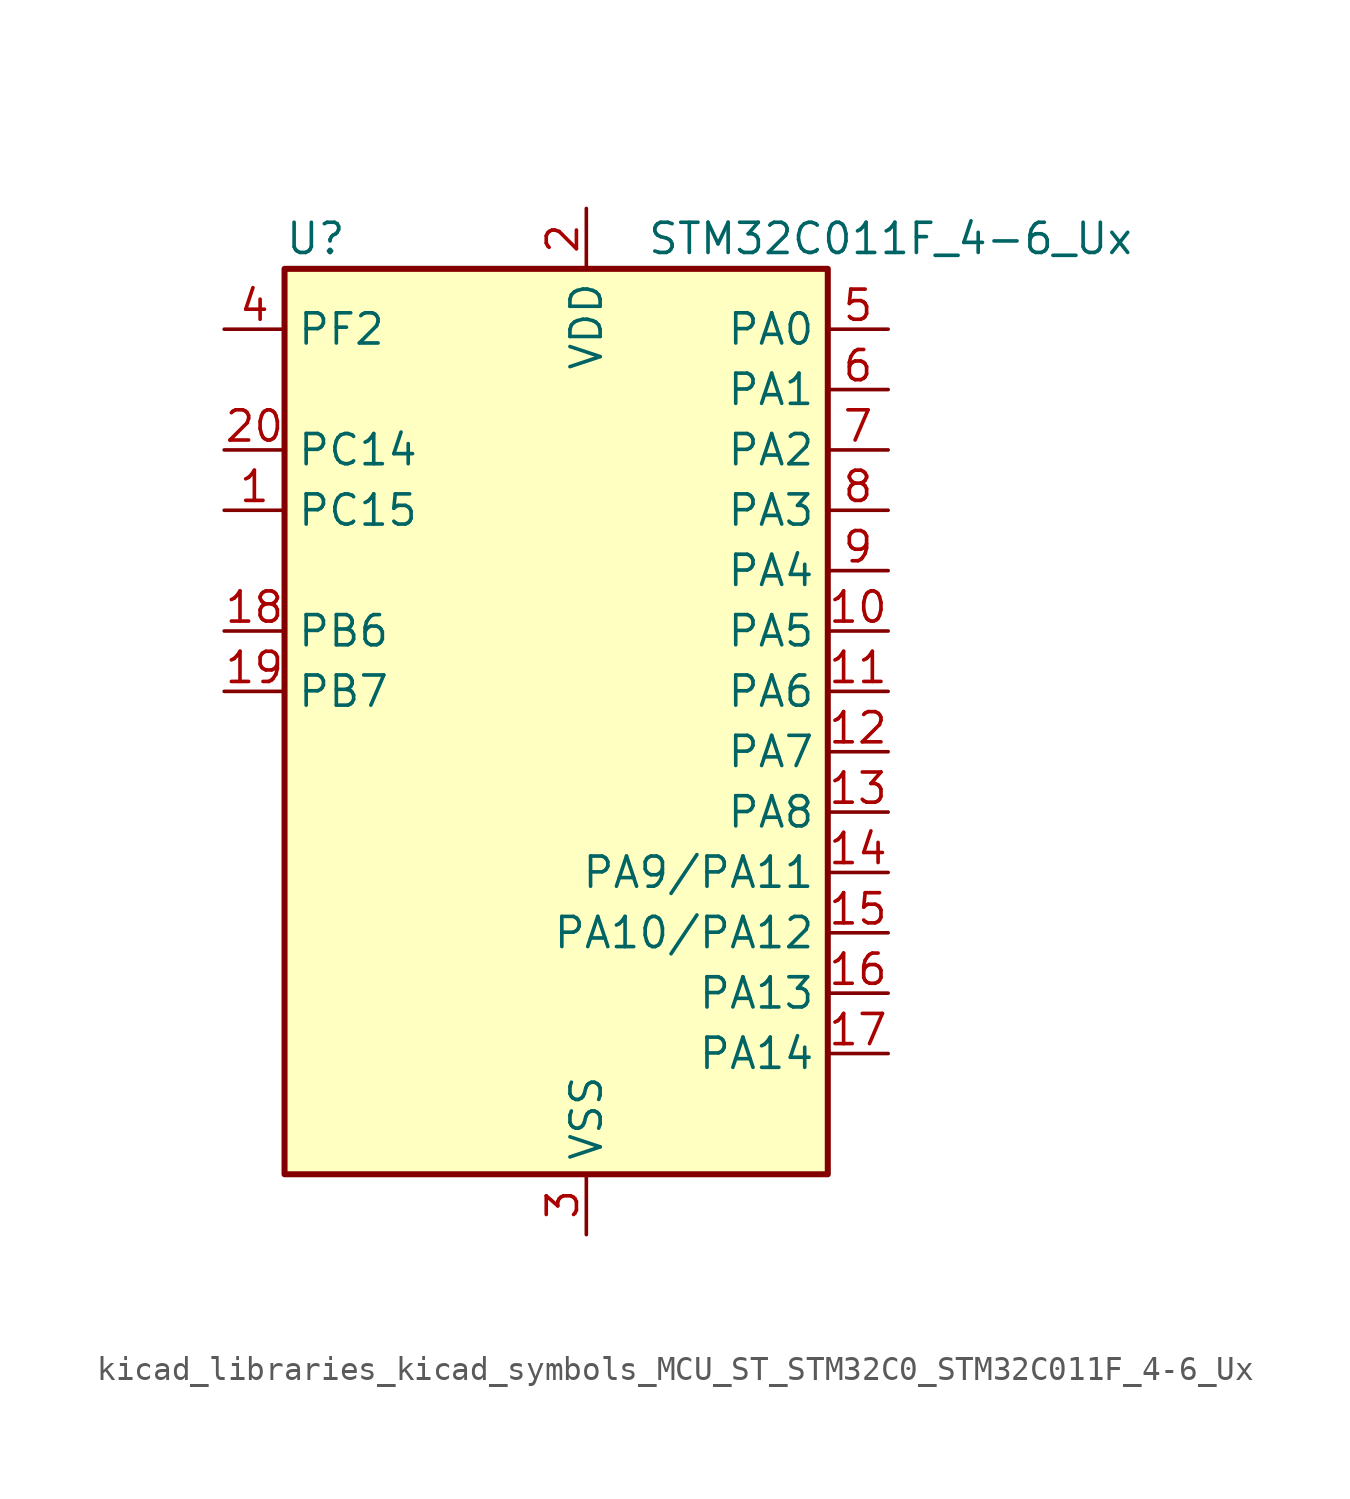
<source format=kicad_sym>
(kicad_symbol_lib
  (version 20220914)
  (generator kicad_symbol_editor)
  (symbol "kicad_libraries_kicad_symbols_MCU_ST_STM32C0_STM32C011F_4-6_Ux"
    (property "Reference" "U"
      (at -10.16 21.59 0)
      (effects (font (size 1.27 1.27)) (justify left)))
    (property "Value" "STM32C011F_4-6_Ux"
      (at 5.08 21.59 0)
      (effects (font (size 1.27 1.27)) (justify left)))
    (property "ki_locked" ""
      (at 0 0 0)
      (effects (font (size 1.27 1.27))))
    (symbol "kicad_libraries_kicad_symbols_MCU_ST_STM32C0_STM32C011F_4-6_Ux_0_1"
      (rectangle (start -10.16 -17.78) (end 12.7 20.32) (stroke (width 0.254) (type default)) (fill (type background))))
    (symbol "kicad_libraries_kicad_symbols_MCU_ST_STM32C0_STM32C011F_4-6_Ux_1_1"
      (pin bidirectional line (at -12.7 10.16 0) (length 2.54) (name "PC15" (effects (font (size 1.27 1.27)))) (number "1" (effects (font (size 1.27 1.27)))) (alternate "RCC_OSC32_EN" bidirectional line) (alternate "RCC_OSCX_OUT" bidirectional line) (alternate "RCC_OSC_EN" bidirectional line) (alternate "TIM1_ETR" bidirectional line) (alternate "TIM3_CH3" bidirectional line))
      (pin bidirectional line (at 15.24 5.08 180) (length 2.54) (name "PA5" (effects (font (size 1.27 1.27)))) (number "10" (effects (font (size 1.27 1.27)))) (alternate "ADC1_IN5" bidirectional line) (alternate "I2S1_CK" bidirectional line) (alternate "SPI1_SCK" bidirectional line) (alternate "TIM1_CH1" bidirectional line) (alternate "TIM1_CH3N" bidirectional line) (alternate "USART2_RX" bidirectional line))
      (pin bidirectional line (at 15.24 2.54 180) (length 2.54) (name "PA6" (effects (font (size 1.27 1.27)))) (number "11" (effects (font (size 1.27 1.27)))) (alternate "ADC1_IN6" bidirectional line) (alternate "I2S1_MCK" bidirectional line) (alternate "SPI1_MISO" bidirectional line) (alternate "TIM16_CH1" bidirectional line) (alternate "TIM1_BKIN" bidirectional line) (alternate "TIM3_CH1" bidirectional line))
      (pin bidirectional line (at 15.24 0 180) (length 2.54) (name "PA7" (effects (font (size 1.27 1.27)))) (number "12" (effects (font (size 1.27 1.27)))) (alternate "ADC1_IN7" bidirectional line) (alternate "I2S1_SD" bidirectional line) (alternate "SPI1_MOSI" bidirectional line) (alternate "TIM14_CH1" bidirectional line) (alternate "TIM17_CH1" bidirectional line) (alternate "TIM1_CH1N" bidirectional line) (alternate "TIM3_CH2" bidirectional line))
      (pin bidirectional line (at 15.24 -2.54 180) (length 2.54) (name "PA8" (effects (font (size 1.27 1.27)))) (number "13" (effects (font (size 1.27 1.27)))) (alternate "ADC1_IN8" bidirectional line) (alternate "I2S1_WS" bidirectional line) (alternate "RCC_MCO" bidirectional line) (alternate "RCC_MCO_2" bidirectional line) (alternate "SPI1_NSS" bidirectional line) (alternate "TIM14_CH1" bidirectional line) (alternate "TIM1_CH1" bidirectional line) (alternate "TIM1_CH2N" bidirectional line) (alternate "TIM1_CH3N" bidirectional line) (alternate "TIM3_CH3" bidirectional line) (alternate "TIM3_CH4" bidirectional line) (alternate "USART1_RX" bidirectional line) (alternate "USART2_TX" bidirectional line))
      (pin bidirectional line (at 15.24 -5.08 180) (length 2.54) (name "PA9/PA11" (effects (font (size 1.27 1.27)))) (number "14" (effects (font (size 1.27 1.27)))) (alternate "I2C1_SCL" bidirectional line) (alternate "RCC_MCO" bidirectional line) (alternate "TIM1_CH2" bidirectional line) (alternate "TIM3_ETR" bidirectional line) (alternate "USART1_TX" bidirectional line))
      (pin bidirectional line (at 15.24 -7.62 180) (length 2.54) (name "PA10/PA12" (effects (font (size 1.27 1.27)))) (number "15" (effects (font (size 1.27 1.27)))) (alternate "I2C1_SDA" bidirectional line) (alternate "RCC_MCO_2" bidirectional line) (alternate "TIM17_BKIN" bidirectional line) (alternate "TIM1_CH3" bidirectional line) (alternate "USART1_RX" bidirectional line))
      (pin bidirectional line (at 15.24 -10.16 180) (length 2.54) (name "PA13" (effects (font (size 1.27 1.27)))) (number "16" (effects (font (size 1.27 1.27)))) (alternate "ADC1_IN13" bidirectional line) (alternate "DEBUG_SWDIO" bidirectional line) (alternate "IR_OUT" bidirectional line) (alternate "TIM3_ETR" bidirectional line) (alternate "USART2_RX" bidirectional line))
      (pin bidirectional line (at 15.24 -12.7 180) (length 2.54) (name "PA14" (effects (font (size 1.27 1.27)))) (number "17" (effects (font (size 1.27 1.27)))) (alternate "ADC1_IN14" bidirectional line) (alternate "DEBUG_SWCLK" bidirectional line) (alternate "I2S1_WS" bidirectional line) (alternate "RCC_MCO_2" bidirectional line) (alternate "SPI1_NSS" bidirectional line) (alternate "TIM1_CH1" bidirectional line) (alternate "USART1_CK" bidirectional line) (alternate "USART1_DE" bidirectional line) (alternate "USART1_RTS" bidirectional line) (alternate "USART2_RX" bidirectional line) (alternate "USART2_TX" bidirectional line))
      (pin bidirectional line (at -12.7 5.08 0) (length 2.54) (name "PB6" (effects (font (size 1.27 1.27)))) (number "18" (effects (font (size 1.27 1.27)))) (alternate "I2C1_SCL" bidirectional line) (alternate "I2C1_SMBA" bidirectional line) (alternate "I2S1_CK" bidirectional line) (alternate "I2S1_MCK" bidirectional line) (alternate "I2S1_SD" bidirectional line) (alternate "PWR_WKUP3" bidirectional line) (alternate "SPI1_MISO" bidirectional line) (alternate "SPI1_MOSI" bidirectional line) (alternate "SPI1_SCK" bidirectional line) (alternate "TIM16_BKIN" bidirectional line) (alternate "TIM16_CH1N" bidirectional line) (alternate "TIM17_BKIN" bidirectional line) (alternate "TIM1_CH2" bidirectional line) (alternate "TIM1_CH3" bidirectional line) (alternate "TIM3_CH1" bidirectional line) (alternate "TIM3_CH2" bidirectional line) (alternate "TIM3_CH3" bidirectional line) (alternate "USART1_CK" bidirectional line) (alternate "USART1_CTS" bidirectional line) (alternate "USART1_DE" bidirectional line) (alternate "USART1_NSS" bidirectional line) (alternate "USART1_RTS" bidirectional line) (alternate "USART1_TX" bidirectional line))
      (pin bidirectional line (at -12.7 2.54 0) (length 2.54) (name "PB7" (effects (font (size 1.27 1.27)))) (number "19" (effects (font (size 1.27 1.27)))) (alternate "I2C1_SCL" bidirectional line) (alternate "I2C1_SDA" bidirectional line) (alternate "RTC_REFIN" bidirectional line) (alternate "TIM16_CH1" bidirectional line) (alternate "TIM17_CH1N" bidirectional line) (alternate "TIM1_CH4" bidirectional line) (alternate "TIM3_CH1" bidirectional line) (alternate "TIM3_CH4" bidirectional line) (alternate "USART1_RX" bidirectional line) (alternate "USART2_CTS" bidirectional line) (alternate "USART2_NSS" bidirectional line))
      (pin power_in line (at 2.54 22.86 270) (length 2.54) (name "VDD" (effects (font (size 1.27 1.27)))) (number "2" (effects (font (size 1.27 1.27)))))
      (pin bidirectional line (at -12.7 12.7 0) (length 2.54) (name "PC14" (effects (font (size 1.27 1.27)))) (number "20" (effects (font (size 1.27 1.27)))) (alternate "I2C1_SDA" bidirectional line) (alternate "IR_OUT" bidirectional line) (alternate "RCC_OSCX_IN" bidirectional line) (alternate "TIM17_CH1" bidirectional line) (alternate "TIM1_BKIN2" bidirectional line) (alternate "TIM1_ETR" bidirectional line) (alternate "TIM3_CH2" bidirectional line) (alternate "USART1_TX" bidirectional line) (alternate "USART2_CK" bidirectional line) (alternate "USART2_DE" bidirectional line) (alternate "USART2_RTS" bidirectional line))
      (pin power_in line (at 2.54 -20.32 90) (length 2.54) (name "VSS" (effects (font (size 1.27 1.27)))) (number "3" (effects (font (size 1.27 1.27)))))
      (pin bidirectional line (at -12.7 17.78 0) (length 2.54) (name "PF2" (effects (font (size 1.27 1.27)))) (number "4" (effects (font (size 1.27 1.27)))) (alternate "RCC_MCO" bidirectional line) (alternate "TIM1_CH4" bidirectional line))
      (pin bidirectional line (at 15.24 17.78 180) (length 2.54) (name "PA0" (effects (font (size 1.27 1.27)))) (number "5" (effects (font (size 1.27 1.27)))) (alternate "ADC1_IN0" bidirectional line) (alternate "PWR_WKUP1" bidirectional line) (alternate "TIM16_CH1" bidirectional line) (alternate "TIM1_CH1" bidirectional line) (alternate "USART1_TX" bidirectional line) (alternate "USART2_CTS" bidirectional line) (alternate "USART2_NSS" bidirectional line))
      (pin bidirectional line (at 15.24 15.24 180) (length 2.54) (name "PA1" (effects (font (size 1.27 1.27)))) (number "6" (effects (font (size 1.27 1.27)))) (alternate "ADC1_IN1" bidirectional line) (alternate "I2C1_SMBA" bidirectional line) (alternate "I2S1_CK" bidirectional line) (alternate "SPI1_SCK" bidirectional line) (alternate "TIM17_CH1" bidirectional line) (alternate "TIM1_CH2" bidirectional line) (alternate "USART1_RX" bidirectional line) (alternate "USART2_CK" bidirectional line) (alternate "USART2_DE" bidirectional line) (alternate "USART2_RTS" bidirectional line))
      (pin bidirectional line (at 15.24 12.7 180) (length 2.54) (name "PA2" (effects (font (size 1.27 1.27)))) (number "7" (effects (font (size 1.27 1.27)))) (alternate "ADC1_IN2" bidirectional line) (alternate "I2S1_SD" bidirectional line) (alternate "PWR_WKUP4" bidirectional line) (alternate "RCC_LSCO" bidirectional line) (alternate "SPI1_MOSI" bidirectional line) (alternate "TIM16_CH1N" bidirectional line) (alternate "TIM1_CH3" bidirectional line) (alternate "TIM3_ETR" bidirectional line) (alternate "USART2_TX" bidirectional line))
      (pin bidirectional line (at 15.24 10.16 180) (length 2.54) (name "PA3" (effects (font (size 1.27 1.27)))) (number "8" (effects (font (size 1.27 1.27)))) (alternate "ADC1_IN3" bidirectional line) (alternate "TIM1_CH1N" bidirectional line) (alternate "TIM1_CH4" bidirectional line) (alternate "USART2_RX" bidirectional line))
      (pin bidirectional line (at 15.24 7.62 180) (length 2.54) (name "PA4" (effects (font (size 1.27 1.27)))) (number "9" (effects (font (size 1.27 1.27)))) (alternate "ADC1_IN4" bidirectional line) (alternate "I2S1_WS" bidirectional line) (alternate "PWR_WKUP2" bidirectional line) (alternate "RTC_OUT1" bidirectional line) (alternate "RTC_TS" bidirectional line) (alternate "SPI1_NSS" bidirectional line) (alternate "TIM14_CH1" bidirectional line) (alternate "TIM17_CH1N" bidirectional line) (alternate "TIM1_CH2N" bidirectional line) (alternate "USART2_TX" bidirectional line)))))
</source>
